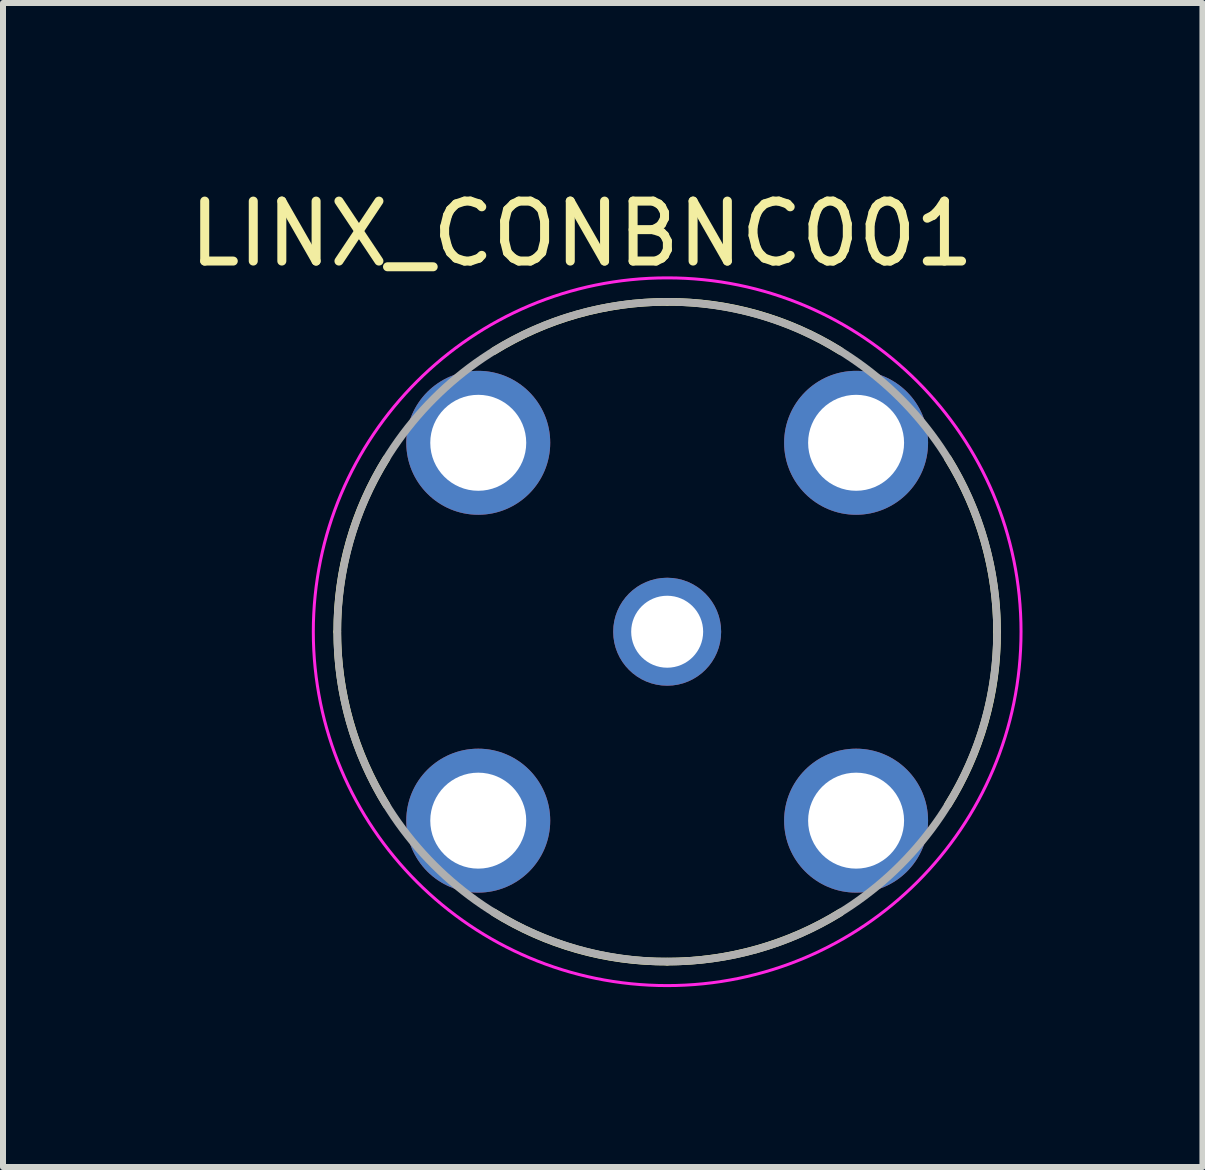
<source format=kicad_pcb>
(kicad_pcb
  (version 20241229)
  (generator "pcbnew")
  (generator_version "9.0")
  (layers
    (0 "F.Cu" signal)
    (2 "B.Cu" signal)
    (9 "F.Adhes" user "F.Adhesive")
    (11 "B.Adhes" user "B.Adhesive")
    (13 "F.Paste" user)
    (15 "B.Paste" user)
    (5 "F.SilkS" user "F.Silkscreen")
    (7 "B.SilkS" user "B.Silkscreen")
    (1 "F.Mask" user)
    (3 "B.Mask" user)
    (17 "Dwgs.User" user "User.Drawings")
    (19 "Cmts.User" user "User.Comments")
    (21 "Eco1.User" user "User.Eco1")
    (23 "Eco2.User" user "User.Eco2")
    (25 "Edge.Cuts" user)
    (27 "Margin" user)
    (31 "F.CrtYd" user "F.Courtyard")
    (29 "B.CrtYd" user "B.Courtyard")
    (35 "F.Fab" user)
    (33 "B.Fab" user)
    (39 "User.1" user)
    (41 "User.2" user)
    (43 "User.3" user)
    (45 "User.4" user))
  (footprint "LINX_CONBNC001"
    (layer "F.Cu")
    (at 8.074 7.483)
    (property "Reference" "LINX_CONBNC001" (at -1.425 -6.635 0) (layer "F.SilkS") (effects (font (size 1 1) (thickness 0.15))))
    (attr through_hole)
    (fp_arc (start -5.5 0) (mid -5.295033 -1.503176) (end -4.68 -2.89) (stroke (width 0.127) (type solid)) (layer "F.SilkS"))
    (fp_arc (start -4.68 2.89) (mid -5.291129 1.502068) (end -5.5 0) (stroke (width 0.127) (type solid)) (layer "F.SilkS"))
    (fp_arc (start -2.89 -4.68) (mid -1.502068 -5.291129) (end 0 -5.5) (stroke (width 0.127) (type solid)) (layer "F.SilkS"))
    (fp_arc (start 0 -5.5) (mid 1.503176 -5.295033) (end 2.89 -4.68) (stroke (width 0.127) (type solid)) (layer "F.SilkS"))
    (fp_arc (start 0 5.5) (mid -1.503176 5.295033) (end -2.89 4.68) (stroke (width 0.127) (type solid)) (layer "F.SilkS"))
    (fp_arc (start 2.89 4.68) (mid 1.502068 5.291129) (end 0 5.5) (stroke (width 0.127) (type solid)) (layer "F.SilkS"))
    (fp_arc (start 4.68 -2.89) (mid 5.291129 -1.502068) (end 5.5 0) (stroke (width 0.127) (type solid)) (layer "F.SilkS"))
    (fp_arc (start 5.5 0) (mid 5.295033 1.503176) (end 4.68 2.89) (stroke (width 0.127) (type solid)) (layer "F.SilkS"))
    (fp_circle (center 0 0) (end 5.9 0) (stroke (width 0.05) (type solid)) (fill no) (layer "F.CrtYd"))
    (fp_circle (center 0 0) (end 5.5 0) (stroke (width 0.127) (type solid)) (fill no) (layer "F.Fab"))
    (pad "1" thru_hole circle (at 0 0) (size 1.8 1.8) (drill 1.2) (layers "*.Cu" "*.Mask"))
    (pad "2" thru_hole circle (at -3.15 -3.15) (size 2.4 2.4) (drill 1.6) (layers "*.Cu" "*.Mask"))
    (pad "2" thru_hole circle (at -3.15 3.15) (size 2.4 2.4) (drill 1.6) (layers "*.Cu" "*.Mask"))
    (pad "2" thru_hole circle (at 3.15 -3.15) (size 2.4 2.4) (drill 1.6) (layers "*.Cu" "*.Mask"))
    (pad "2" thru_hole circle (at 3.15 3.15) (size 2.4 2.4) (drill 1.6) (layers "*.Cu" "*.Mask")))
  (gr_rect
    (start -3 -3)
    (end 16.999 16.408)
    (stroke (width 0.1) (type default))
    (fill no)
    (layer "Edge.Cuts")))
</source>
